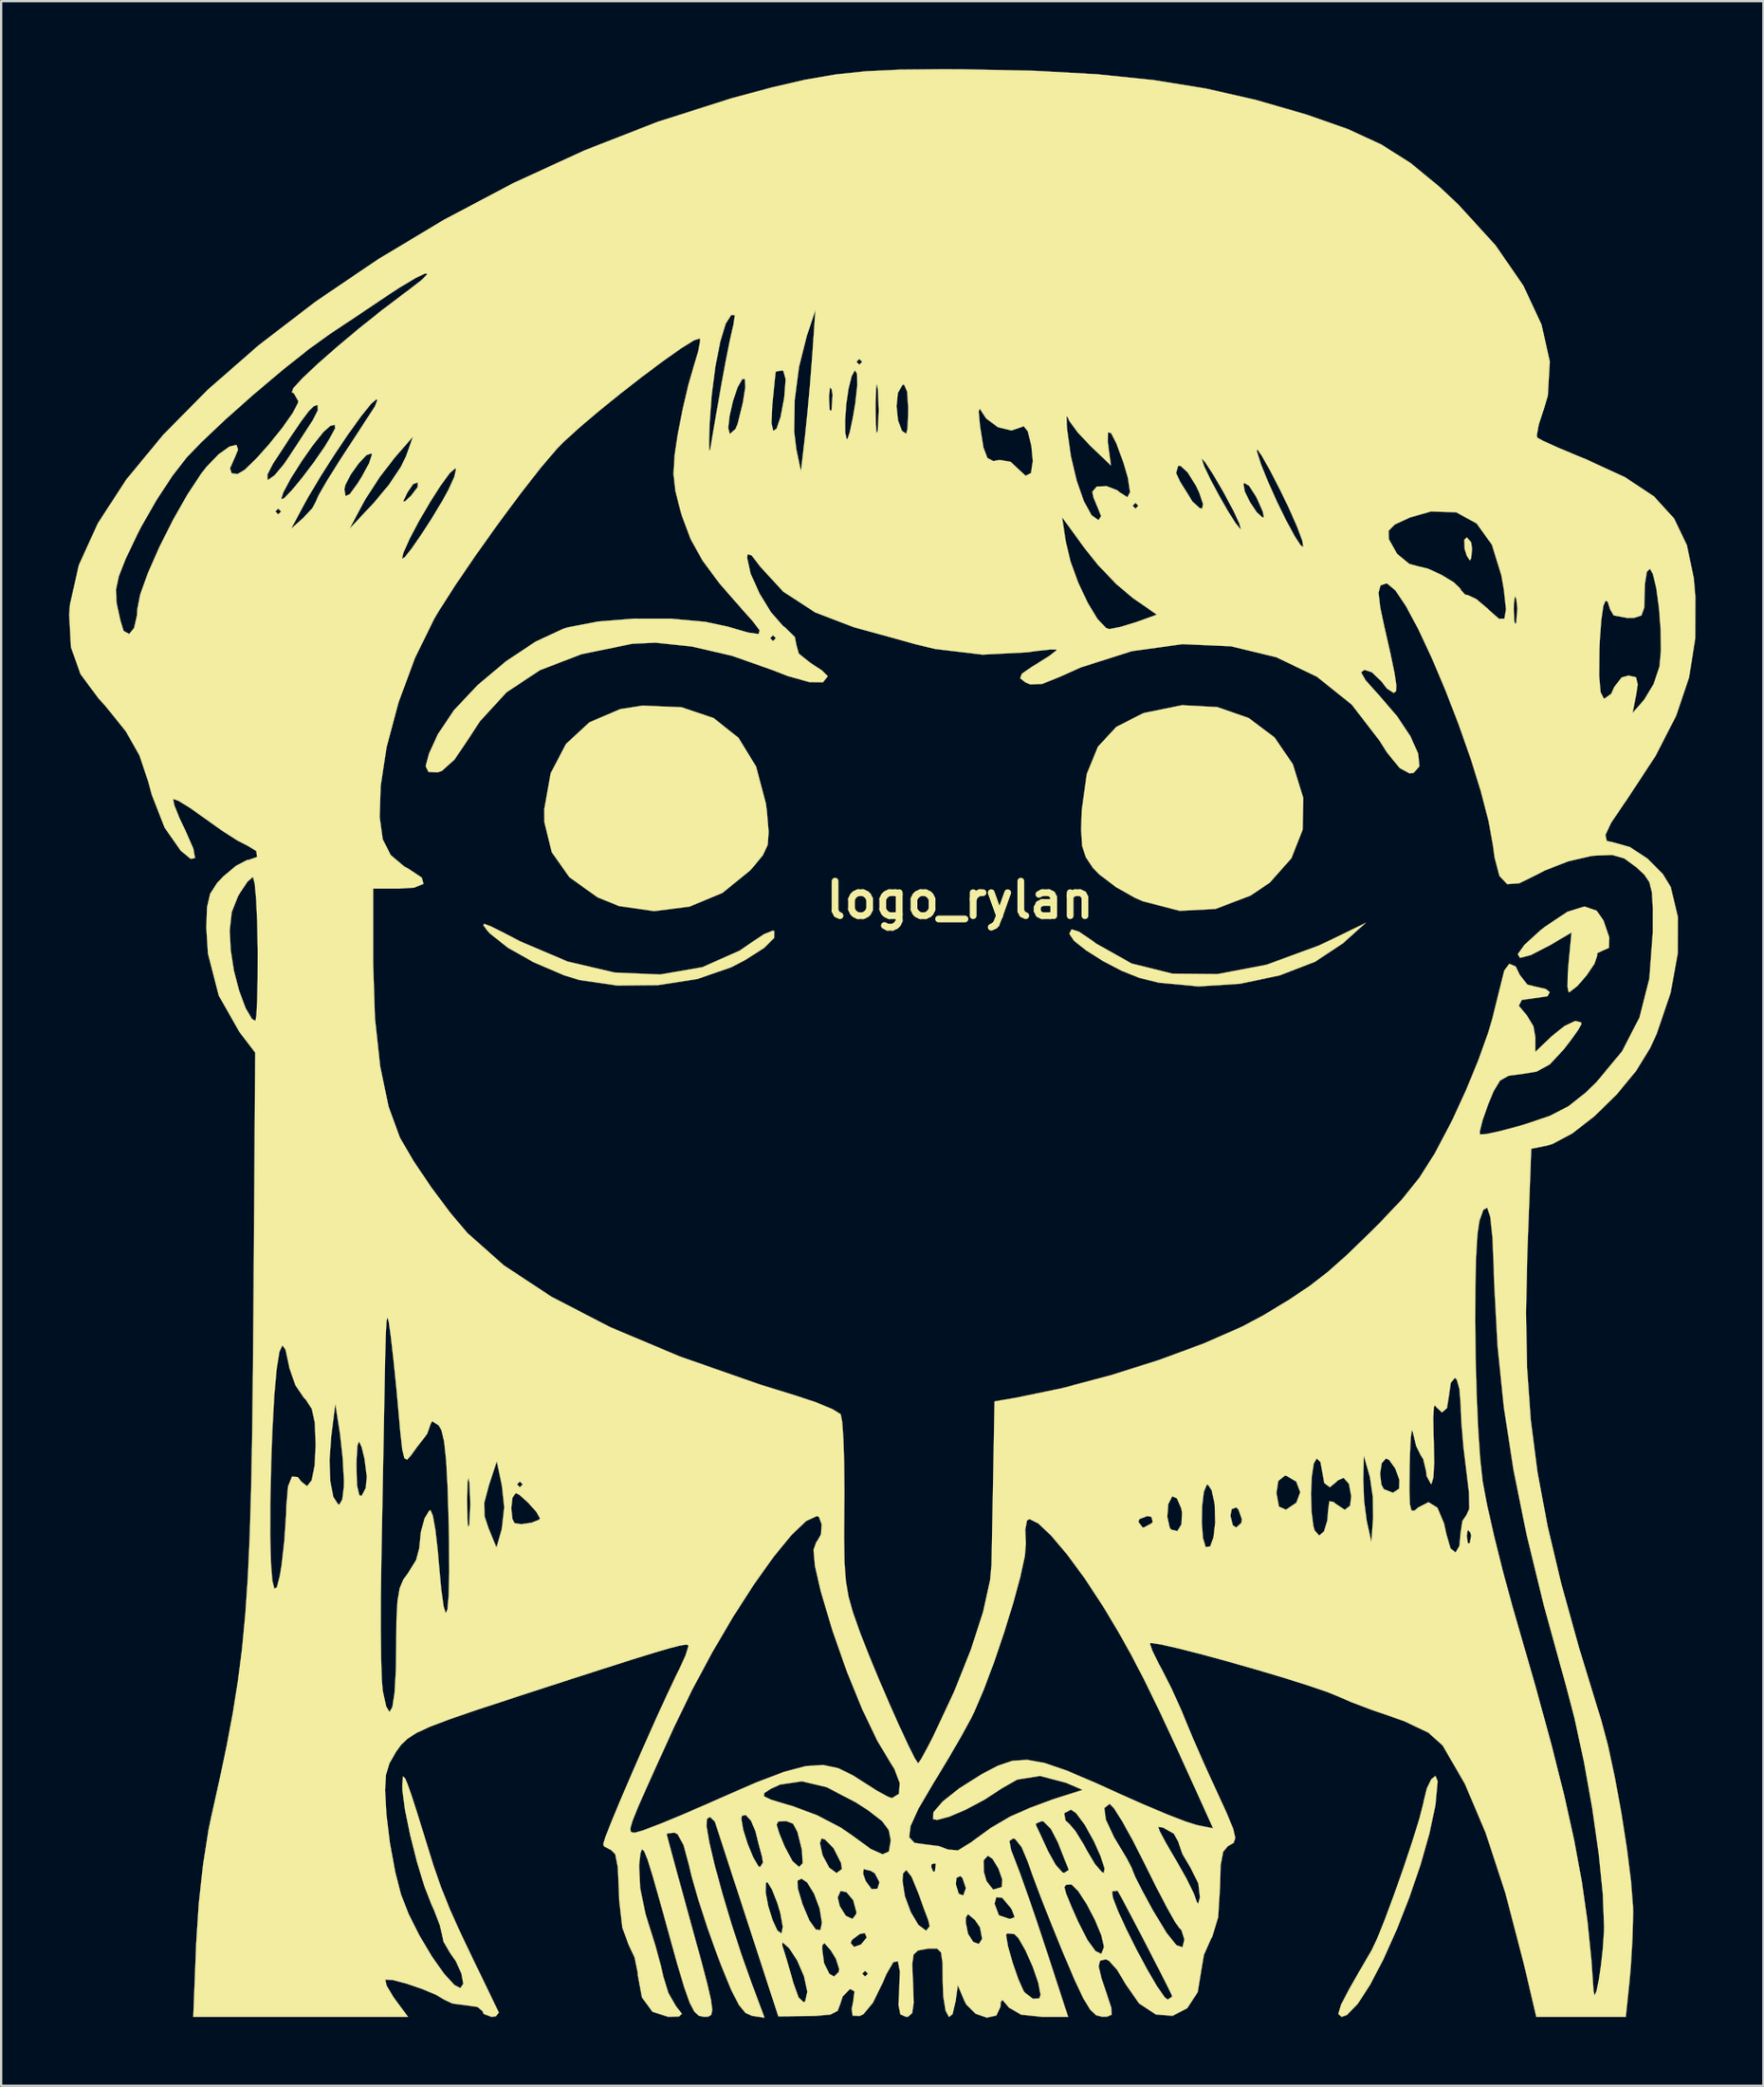
<source format=kicad_pcb>
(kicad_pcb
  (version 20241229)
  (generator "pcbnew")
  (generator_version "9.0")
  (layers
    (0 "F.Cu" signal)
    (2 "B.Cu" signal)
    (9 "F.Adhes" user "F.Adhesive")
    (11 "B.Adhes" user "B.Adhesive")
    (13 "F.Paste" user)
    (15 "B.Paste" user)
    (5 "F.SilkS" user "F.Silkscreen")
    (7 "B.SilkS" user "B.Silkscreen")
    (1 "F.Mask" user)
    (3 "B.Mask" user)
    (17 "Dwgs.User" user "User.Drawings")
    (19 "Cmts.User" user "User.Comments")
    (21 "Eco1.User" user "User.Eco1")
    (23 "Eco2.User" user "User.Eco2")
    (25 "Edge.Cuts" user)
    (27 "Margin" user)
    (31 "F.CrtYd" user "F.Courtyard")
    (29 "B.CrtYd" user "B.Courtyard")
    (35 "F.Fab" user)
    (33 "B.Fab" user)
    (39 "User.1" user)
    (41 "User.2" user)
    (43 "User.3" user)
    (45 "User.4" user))
  (footprint "logo_rylan"
    (layer "F.Cu")
    (at 39.332 36.664)
    (property "Reference" "logo_rylan" (at 0 0 0) (layer "F.SilkS") (effects (font (size 1.524 1.524) (thickness 0.3))))
    (attr through_hole)
    (fp_poly (pts (xy 22.563 -15.789) (xy 22.606 -15.494) (xy 22.565 -15.081) (xy 22.509 -14.986) (xy 22.375 -15.195) (xy 22.278 -15.494) (xy 22.264 -15.899) (xy 22.376 -16.002) (xy 22.563 -15.789)) (stroke (width 0.01) (type solid)) (fill yes) (layer "F.SilkS"))
    (fp_poly (pts (xy 16.907 1.905) (xy 15.679 2.719) (xy 14.115 3.323) (xy 12.353 3.694) (xy 10.529 3.81) (xy 8.78 3.645) (xy 7.918 3.433) (xy 7.147 3.126) (xy 6.321 2.695) (xy 5.573 2.224) (xy 5.031 1.793) (xy 4.826 1.489) (xy 4.923 1.291) (xy 5.254 1.394) (xy 5.882 1.822) (xy 6.004 1.915) (xy 7.572 2.797) (xy 9.372 3.247) (xy 11.372 3.265) (xy 13.537 2.852) (xy 15.835 2.008) (xy 16.383 1.751) (xy 17.907 1.007) (xy 16.907 1.905)) (stroke (width 0.01) (type solid)) (fill yes) (layer "F.SilkS"))
    (fp_poly (pts (xy -12.289 -8.507) (xy -10.874 -8.029) (xy -9.776 -7.155) (xy -9.004 -5.894) (xy -8.568 -4.255) (xy -8.522 -3.887) (xy -8.448 -3.007) (xy -8.488 -2.438) (xy -8.701 -1.982) (xy -9.142 -1.447) (xy -9.271 -1.303) (xy -10.486 -0.318) (xy -11.937 0.286) (xy -13.5 0.487) (xy -15.053 0.264) (xy -16.002 -0.121) (xy -17.24 -1.005) (xy -18.019 -2.105) (xy -18.347 -3.432) (xy -18.353 -4.007) (xy -18.069 -5.599) (xy -17.393 -6.89) (xy -16.36 -7.844) (xy -15.005 -8.424) (xy -14.01 -8.581) (xy -12.289 -8.507)) (stroke (width 0.01) (type solid)) (fill yes) (layer "F.SilkS"))
    (fp_poly (pts (xy 28.107 0.469) (xy 28.407 0.901) (xy 28.662 1.643) (xy 28.649 2.109) (xy 28.384 2.223) (xy 28.132 2.343) (xy 28.127 2.467) (xy 28.008 2.811) (xy 27.67 3.313) (xy 27.258 3.789) (xy 26.92 4.053) (xy 26.869 4.064) (xy 26.821 3.836) (xy 26.832 3.252) (xy 26.871 2.747) (xy 26.998 1.43) (xy 26.057 1.985) (xy 25.202 2.427) (xy 24.722 2.55) (xy 24.627 2.386) (xy 24.925 1.969) (xy 25.628 1.332) (xy 25.823 1.177) (xy 26.813 0.517) (xy 27.563 0.282) (xy 28.107 0.469)) (stroke (width 0.01) (type solid)) (fill yes) (layer "F.SilkS"))
    (fp_poly (pts (xy 11.362 -8.515) (xy 12.748 -8.031) (xy 13.887 -7.174) (xy 14.694 -5.993) (xy 15.155 -4.506) (xy 15.128 -3.105) (xy 14.628 -1.842) (xy 13.671 -0.766) (xy 12.82 -0.196) (xy 11.276 0.391) (xy 9.696 0.473) (xy 8.068 0.051) (xy 7.727 -0.098) (xy 6.878 -0.578) (xy 6.142 -1.138) (xy 5.862 -1.429) (xy 5.554 -1.891) (xy 5.393 -2.392) (xy 5.348 -3.096) (xy 5.376 -3.96) (xy 5.595 -5.56) (xy 6.091 -6.769) (xy 6.901 -7.641) (xy 8.06 -8.232) (xy 8.142 -8.26) (xy 9.802 -8.599) (xy 11.362 -8.515)) (stroke (width 0.01) (type solid)) (fill yes) (layer "F.SilkS"))
    (fp_poly (pts (xy -20.716 1.156) (xy -20.085 1.472) (xy -19.431 1.815) (xy -17.33 2.71) (xy -15.243 3.2) (xy -13.237 3.284) (xy -11.378 2.962) (xy -9.732 2.233) (xy -9.208 1.874) (xy -8.651 1.504) (xy -8.27 1.35) (xy -8.202 1.365) (xy -8.206 1.671) (xy -8.643 2.107) (xy -9.467 2.635) (xy -10.109 2.969) (xy -11.592 3.482) (xy -13.331 3.753) (xy -15.131 3.771) (xy -16.796 3.528) (xy -17.469 3.324) (xy -18.826 2.742) (xy -19.962 2.101) (xy -20.753 1.475) (xy -20.863 1.353) (xy -21.039 1.118) (xy -21.012 1.046) (xy -20.716 1.156)) (stroke (width 0.01) (type solid)) (fill yes) (layer "F.SilkS"))
    (fp_poly (pts (xy 21.081 38.863) (xy 21.082 38.922) (xy 20.987 39.938) (xy 20.725 41.181) (xy 20.33 42.566) (xy 19.836 44.01) (xy 19.278 45.429) (xy 18.689 46.741) (xy 18.104 47.861) (xy 17.557 48.705) (xy 17.082 49.191) (xy 16.847 49.276) (xy 16.702 49.148) (xy 16.829 48.725) (xy 17.172 48.069) (xy 17.62 47.285) (xy 18.01 46.612) (xy 18.163 46.355) (xy 18.411 45.833) (xy 18.763 44.957) (xy 19.171 43.858) (xy 19.59 42.668) (xy 19.974 41.519) (xy 20.276 40.541) (xy 20.451 39.866) (xy 20.469 39.763) (xy 20.61 39.196) (xy 20.808 38.789) (xy 20.989 38.644) (xy 21.081 38.863)) (stroke (width 0.01) (type solid)) (fill yes) (layer "F.SilkS"))
    (fp_poly (pts (xy 0.127 -36.655) (xy 3.297 -36.589) (xy 6.07 -36.436) (xy 8.548 -36.181) (xy 10.837 -35.811) (xy 13.04 -35.311) (xy 15.262 -34.669) (xy 15.347 -34.642) (xy 17.144 -34.01) (xy 18.603 -33.335) (xy 19.892 -32.519) (xy 21.178 -31.462) (xy 22.011 -30.677) (xy 23.643 -28.889) (xy 24.868 -27.115) (xy 25.672 -25.393) (xy 26.038 -23.76) (xy 25.951 -22.254) (xy 25.774 -21.663) (xy 25.55 -20.977) (xy 25.465 -20.505) (xy 25.488 -20.402) (xy 25.773 -20.248) (xy 26.413 -19.961) (xy 27.287 -19.593) (xy 27.637 -19.451) (xy 29.358 -18.658) (xy 30.634 -17.813) (xy 31.524 -16.838) (xy 32.091 -15.658) (xy 32.395 -14.194) (xy 32.464 -13.383) (xy 32.457 -11.536) (xy 32.186 -9.82) (xy 31.615 -8.131) (xy 30.707 -6.362) (xy 29.426 -4.41) (xy 29.315 -4.254) (xy 28.744 -3.407) (xy 28.494 -2.878) (xy 28.55 -2.61) (xy 28.863 -2.54) (xy 29.571 -2.34) (xy 30.35 -1.832) (xy 31.028 -1.149) (xy 31.376 -0.579) (xy 31.693 0.751) (xy 31.687 2.348) (xy 31.37 4.1) (xy 30.758 5.895) (xy 30.47 6.526) (xy 29.842 7.544) (xy 28.984 8.582) (xy 28.009 9.536) (xy 27.028 10.298) (xy 26.154 10.763) (xy 25.906 10.834) (xy 25.22 10.971) (xy 25.045 15.582) (xy 24.988 18.206) (xy 25.033 20.628) (xy 25.198 22.943) (xy 25.496 25.248) (xy 25.943 27.635) (xy 26.554 30.202) (xy 27.344 33.043) (xy 28.31 36.195) (xy 28.603 37.287) (xy 28.906 38.694) (xy 29.194 40.264) (xy 29.441 41.845) (xy 29.622 43.283) (xy 29.712 44.427) (xy 29.718 44.692) (xy 29.688 45.818) (xy 29.612 47.077) (xy 29.555 47.715) (xy 29.392 49.276) (xy 25.442 49.276) (xy 24.896 46.948) (xy 24.076 43.807) (xy 23.205 41.152) (xy 22.287 38.99) (xy 21.323 37.327) (xy 21.3 37.294) (xy 20.679 36.738) (xy 19.614 36.23) (xy 19.11 36.053) (xy 18.141 35.718) (xy 17.277 35.39) (xy 16.731 35.154) (xy 16.212 34.942) (xy 15.371 34.655) (xy 14.304 34.319) (xy 13.104 33.962) (xy 11.868 33.609) (xy 10.689 33.288) (xy 9.662 33.025) (xy 8.882 32.847) (xy 8.444 32.781) (xy 8.382 32.799) (xy 8.497 33.131) (xy 8.785 33.716) (xy 8.913 33.949) (xy 9.335 34.778) (xy 9.779 35.761) (xy 9.934 36.14) (xy 10.291 36.999) (xy 10.769 38.091) (xy 11.27 39.19) (xy 11.309 39.273) (xy 11.786 40.311) (xy 12.061 40.984) (xy 12.152 41.383) (xy 12.078 41.601) (xy 11.859 41.729) (xy 11.83 41.741) (xy 11.617 41.991) (xy 11.504 42.59) (xy 11.477 43.547) (xy 11.396 44.874) (xy 11.133 45.746) (xy 11.078 45.839) (xy 10.768 46.538) (xy 10.668 47.121) (xy 10.493 48.185) (xy 10.031 48.896) (xy 9.382 49.23) (xy 8.642 49.168) (xy 7.91 48.687) (xy 7.324 47.85) (xy 6.938 47.202) (xy 6.576 46.8) (xy 6.432 46.736) (xy 6.183 46.797) (xy 6.121 47.046) (xy 6.25 47.588) (xy 6.466 48.228) (xy 6.68 48.877) (xy 6.696 49.18) (xy 6.489 49.267) (xy 6.275 49.271) (xy 6.009 49.203) (xy 5.746 48.955) (xy 5.442 48.455) (xy 5.052 47.628) (xy 4.531 46.401) (xy 4.511 46.353) (xy 4.01 45.122) (xy 3.553 43.962) (xy 3.396 43.546) (xy 4.609 43.546) (xy 4.683 43.839) (xy 4.927 44.426) (xy 5.204 45.053) (xy 5.622 45.878) (xy 5.984 46.375) (xy 6.242 46.499) (xy 6.351 46.204) (xy 6.352 46.164) (xy 6.241 45.676) (xy 5.96 45.003) (xy 5.592 44.301) (xy 5.233 43.746) (xy 6.715 43.746) (xy 6.752 44.028) (xy 6.986 44.631) (xy 7.359 45.44) (xy 7.809 46.337) (xy 8.277 47.208) (xy 8.704 47.936) (xy 9.03 48.403) (xy 9.168 48.514) (xy 9.367 48.384) (xy 9.353 48.324) (xy 9.15 47.907) (xy 8.797 47.212) (xy 8.358 46.358) (xy 7.894 45.463) (xy 7.465 44.647) (xy 7.135 44.026) (xy 6.964 43.721) (xy 6.955 43.709) (xy 6.726 43.736) (xy 6.715 43.746) (xy 5.233 43.746) (xy 5.222 43.729) (xy 4.933 43.443) (xy 4.893 43.434) (xy 4.686 43.445) (xy 4.609 43.546) (xy 3.396 43.546) (xy 3.193 43.008) (xy 2.988 42.421) (xy 2.722 41.791) (xy 2.436 41.433) (xy 2.348 41.402) (xy 2.182 41.515) (xy 2.255 41.916) (xy 2.425 42.355) (xy 2.662 42.973) (xy 3.006 43.94) (xy 3.41 45.119) (xy 3.799 46.291) (xy 4.773 49.276) (xy 3.621 49.276) (xy 2.696 49.178) (xy 2.163 48.87) (xy 2.132 48.831) (xy 1.872 48.526) (xy 1.794 48.633) (xy 1.786 48.831) (xy 1.604 49.216) (xy 1.185 49.309) (xy 0.689 49.138) (xy 0.276 48.727) (xy 0.199 48.578) (xy -0.098 47.879) (xy -0.193 48.578) (xy -0.328 49.156) (xy -0.487 49.281) (xy -0.635 49.004) (xy -0.737 48.377) (xy -0.762 47.735) (xy -0.772 46.887) (xy -0.837 46.434) (xy -1.011 46.263) (xy -1.349 46.262) (xy -1.46 46.275) (xy -1.852 46.346) (xy -2.05 46.529) (xy -2.108 46.953) (xy -2.075 47.746) (xy -2.071 47.816) (xy -2.044 48.659) (xy -2.11 49.107) (xy -2.292 49.268) (xy -2.381 49.276) (xy -2.632 49.165) (xy -2.715 48.754) (xy -2.689 48.205) (xy -2.653 47.272) (xy -2.741 46.822) (xy -2.942 46.859) (xy -3.25 47.389) (xy -3.42 47.785) (xy -3.847 48.655) (xy -4.261 49.155) (xy -4.431 49.237) (xy -4.744 49.222) (xy -4.781 48.914) (xy -4.722 48.641) (xy -4.659 48.153) (xy -4.836 48.052) (xy -4.878 48.065) (xy -5.18 48.377) (xy -5.285 48.698) (xy -5.401 49.011) (xy -5.718 49.173) (xy -6.366 49.233) (xy -6.691 49.24) (xy -8.02 49.256) (xy -9.039 46.131) (xy -7.845 46.131) (xy -7.797 46.276) (xy -7.639 46.785) (xy -7.426 47.531) (xy -7.362 47.768) (xy -7.127 48.419) (xy -6.903 48.63) (xy -6.836 48.594) (xy -6.739 48.167) (xy -6.888 47.482) (xy -7.192 46.78) (xy -7.526 46.271) (xy -6.088 46.271) (xy -6.001 46.908) (xy -5.77 47.376) (xy -5.561 47.498) (xy -5.43 47.371) (xy -4.318 47.371) (xy -4.191 47.498) (xy -4.064 47.371) (xy -4.191 47.244) (xy -4.318 47.371) (xy -5.43 47.371) (xy -5.352 47.296) (xy -5.334 47.166) (xy -5.477 46.714) (xy -5.707 46.34) (xy -5.984 46.023) (xy -6.079 46.115) (xy -6.088 46.271) (xy -7.526 46.271) (xy -7.537 46.254) (xy -7.562 46.228) (xy -7.796 46.022) (xy -4.826 46.022) (xy -4.677 46.189) (xy -4.373 46.085) (xy -4.13 45.789) (xy -4.122 45.767) (xy -4.202 45.576) (xy -4.424 45.62) (xy -4.773 45.88) (xy -4.826 46.022) (xy -7.796 46.022) (xy -7.839 45.985) (xy -7.845 46.131) (xy -9.039 46.131) (xy -9.362 45.138) (xy -9.804 43.783) (xy -8.58 43.783) (xy -8.464 44.391) (xy -8.273 45.01) (xy -8.061 45.468) (xy -7.879 45.596) (xy -7.824 45.298) (xy -7.933 44.69) (xy -8.062 44.26) (xy -8.308 43.639) (xy -8.499 43.335) (xy -8.568 43.356) (xy -8.58 43.783) (xy -9.804 43.783) (xy -9.813 43.756) (xy -9.973 43.267) (xy -7.175 43.267) (xy -7.164 43.598) (xy -6.959 44.284) (xy -6.946 44.323) (xy -6.649 45.025) (xy -6.368 45.419) (xy -6.164 45.449) (xy -6.096 45.123) (xy -6.197 44.496) (xy -6.38 44.008) (xy -5.4 44.008) (xy -5.311 44.386) (xy -5.04 44.82) (xy -4.749 44.955) (xy -4.582 44.74) (xy -4.576 44.641) (xy -4.714 44.129) (xy -5.016 43.77) (xy -5.274 43.721) (xy -5.4 44.008) (xy -6.38 44.008) (xy -6.443 43.841) (xy -6.75 43.343) (xy -6.994 43.18) (xy -7.175 43.267) (xy -9.973 43.267) (xy -10.072 42.962) (xy -4.278 42.962) (xy -4.164 43.286) (xy -3.902 43.639) (xy -3.643 43.621) (xy -3.556 43.334) (xy -3.59 43.269) (xy -2.54 43.269) (xy -2.435 43.948) (xy -2.173 44.654) (xy -1.837 45.218) (xy -1.509 45.465) (xy -1.49 45.466) (xy -1.337 45.28) (xy -1.376 45.107) (xy 0.254 45.107) (xy 0.355 45.614) (xy 0.584 45.968) (xy 0.831 46.061) (xy 0.977 45.832) (xy 0.946 45.664) (xy 2.033 45.664) (xy 2.119 46.163) (xy 2.322 46.885) (xy 2.574 47.611) (xy 2.802 48.122) (xy 2.852 48.197) (xy 3.216 48.477) (xy 3.501 48.459) (xy 3.556 48.305) (xy 3.456 47.773) (xy 3.209 47.06) (xy 2.891 46.344) (xy 2.58 45.804) (xy 2.396 45.622) (xy 2.079 45.594) (xy 2.033 45.664) (xy 0.946 45.664) (xy 0.882 45.324) (xy 0.659 45.001) (xy 0.353 44.741) (xy 0.259 44.895) (xy 0.254 45.107) (xy -1.376 45.107) (xy -1.396 45.022) (xy -1.609 44.459) (xy -1.673 44.281) (xy 1.524 44.281) (xy 1.718 44.797) (xy 2.203 44.958) (xy 2.413 44.879) (xy 2.293 44.558) (xy 2.227 44.45) (xy 1.862 44.022) (xy 1.601 43.994) (xy 1.524 44.281) (xy -1.673 44.281) (xy -1.839 43.815) (xy -1.998 43.429) (xy -0.185 43.429) (xy -0.056 43.844) (xy 0.141 43.924) (xy 0.253 43.618) (xy 0.254 43.576) (xy 0.109 43.15) (xy 0.015 43.062) (xy -0.158 43.146) (xy -0.185 43.429) (xy -1.998 43.429) (xy -2.136 43.095) (xy -2.372 42.796) (xy -2.513 42.944) (xy -2.54 43.269) (xy -3.59 43.269) (xy -3.761 42.942) (xy -3.937 42.834) (xy -4.256 42.755) (xy -4.278 42.962) (xy -10.072 42.962) (xy -10.214 42.528) (xy -10.535 41.542) (xy -10.749 40.885) (xy -10.822 40.661) (xy -10.939 40.547) (xy -9.652 40.547) (xy -9.569 41.026) (xy -9.369 41.656) (xy -9.123 42.251) (xy -8.904 42.625) (xy -8.833 42.672) (xy -8.7 42.475) (xy -8.734 42.227) (xy -8.893 41.642) (xy -9.032 41.084) (xy -9.152 40.796) (xy -8.097 40.796) (xy -7.98 41.178) (xy -7.744 41.752) (xy -7.394 42.409) (xy -7.105 42.661) (xy -6.945 42.5) (xy -6.98 41.918) (xy -6.995 41.846) (xy -7.054 41.608) (xy -6.185 41.608) (xy -6.077 42.109) (xy -6.058 42.164) (xy -5.775 42.693) (xy -5.456 42.926) (xy -5.444 42.926) (xy -5.212 42.752) (xy -5.224 42.672) (xy -1.27 42.672) (xy -1.177 42.881) (xy -1.101 42.841) (xy -1.07 42.54) (xy -1.101 42.503) (xy -1.252 42.538) (xy -1.27 42.672) (xy -5.224 42.672) (xy -5.254 42.481) (xy -5.31 42.371) (xy 1.042 42.371) (xy 1.053 42.879) (xy 1.17 43.286) (xy 1.462 43.662) (xy 1.827 43.554) (xy 1.846 43.536) (xy 1.867 43.217) (xy 1.693 42.725) (xy 1.43 42.299) (xy 1.229 42.164) (xy 1.042 42.371) (xy -5.31 42.371) (xy -5.581 41.835) (xy -5.961 41.449) (xy -6.114 41.402) (xy -6.185 41.608) (xy -7.054 41.608) (xy -7.178 41.113) (xy -7.37 40.755) (xy -7.651 40.644) (xy -7.762 40.64) (xy -8.024 40.658) (xy -8.097 40.796) (xy -9.152 40.796) (xy -9.221 40.628) (xy -9.459 40.367) (xy -9.629 40.405) (xy -9.652 40.547) (xy -10.939 40.547) (xy -11.033 40.456) (xy -11.169 40.534) (xy -11.19 40.859) (xy -11.068 41.574) (xy -10.829 42.588) (xy -10.496 43.81) (xy -10.095 45.15) (xy -9.651 46.518) (xy -9.187 47.823) (xy -9.183 47.834) (xy -8.63 49.312) (xy -9.181 49.231) (xy -9.471 49.101) (xy -9.761 48.749) (xy -10.095 48.097) (xy -10.52 47.066) (xy -10.695 46.609) (xy -11.141 45.369) (xy -11.546 44.124) (xy -11.852 43.059) (xy -11.958 42.608) (xy -12.202 41.703) (xy -12.467 41.216) (xy -12.606 41.148) (xy -12.921 41.185) (xy -12.951 41.212) (xy -12.886 41.465) (xy -12.708 42.125) (xy -12.439 43.109) (xy -12.103 44.334) (xy -11.844 45.276) (xy -11.437 46.756) (xy -11.157 47.818) (xy -10.993 48.529) (xy -10.937 48.961) (xy -10.979 49.183) (xy -11.109 49.265) (xy -11.292 49.276) (xy -11.524 49.231) (xy -11.727 49.046) (xy -11.935 48.649) (xy -12.178 47.965) (xy -12.488 46.921) (xy -12.805 45.783) (xy -13.242 44.202) (xy -13.566 43.066) (xy -13.796 42.331) (xy -13.951 41.952) (xy -14.05 41.885) (xy -14.113 42.085) (xy -14.158 42.507) (xy -14.167 42.613) (xy -14.121 43.584) (xy -13.889 44.724) (xy -13.757 45.153) (xy -13.453 46.113) (xy -13.205 47.024) (xy -13.104 47.481) (xy -12.875 48.223) (xy -12.54 48.805) (xy -12.531 48.815) (xy -12.281 49.137) (xy -12.404 49.258) (xy -12.874 49.276) (xy -13.577 49.052) (xy -14.041 48.42) (xy -14.223 47.443) (xy -14.224 47.35) (xy -14.365 46.656) (xy -14.628 46.101) (xy -14.907 45.338) (xy -15.046 44.134) (xy -15.06 43.697) (xy -15.108 42.674) (xy -15.22 42.098) (xy -15.408 41.91) (xy -15.418 41.91) (xy -15.722 41.746) (xy -15.748 41.641) (xy -15.649 41.326) (xy -15.499 40.944) (xy -14.551 40.944) (xy -14.544 41.096) (xy -14.46 41.144) (xy -14.346 41.148) (xy -13.993 41.048) (xy -13.271 40.774) (xy -12.272 40.362) (xy -11.09 39.85) (xy -10.582 39.624) (xy -10.397 39.543) (xy -8.655 39.543) (xy -8.328 39.699) (xy -7.591 39.921) (xy -7.396 39.976) (xy -6.312 40.379) (xy -5.256 40.931) (xy -4.766 41.267) (xy -3.943 41.867) (xy -3.417 42.103) (xy -3.139 41.981) (xy -3.059 41.507) (xy -3.059 41.465) (xy -3.082 41.352) (xy -2.243 41.352) (xy -2.009 41.6) (xy -1.587 41.66) (xy -0.928 41.744) (xy -0.523 41.895) (xy -0.09 41.931) (xy 0.522 41.556) (xy 0.591 41.498) (xy 1.353 40.945) (xy 1.693 40.745) (xy 3.351 40.745) (xy 3.358 40.831) (xy 3.518 41.166) (xy 3.796 41.767) (xy 3.89 41.974) (xy 4.222 42.569) (xy 4.523 42.901) (xy 4.597 42.926) (xy 4.796 42.796) (xy 4.782 42.736) (xy 4.643 42.394) (xy 4.402 41.782) (xy 4.329 41.593) (xy 4.018 40.991) (xy 3.693 40.661) (xy 3.611 40.64) (xy 3.351 40.745) (xy 1.693 40.745) (xy 2.197 40.449) (xy 2.256 40.419) (xy 2.555 40.289) (xy 4.602 40.289) (xy 4.656 40.612) (xy 4.83 40.769) (xy 5.096 41.08) (xy 5.459 41.669) (xy 5.597 41.927) (xy 5.957 42.533) (xy 6.266 42.888) (xy 6.352 42.926) (xy 6.38 42.722) (xy 6.208 42.189) (xy 5.913 41.529) (xy 5.502 40.792) (xy 5.125 40.286) (xy 4.9 40.132) (xy 4.602 40.289) (xy 2.555 40.289) (xy 3.071 40.064) (xy 6.37 40.064) (xy 6.439 40.577) (xy 6.802 41.352) (xy 6.985 41.656) (xy 7.361 42.283) (xy 7.589 42.72) (xy 7.62 42.816) (xy 7.736 43.098) (xy 8.04 43.698) (xy 8.472 44.493) (xy 8.531 44.599) (xy 9.124 45.578) (xy 9.558 46.116) (xy 9.822 46.203) (xy 9.906 45.862) (xy 9.774 45.445) (xy 9.688 45.361) (xy 9.497 45.092) (xy 9.14 44.459) (xy 8.669 43.56) (xy 8.167 42.552) (xy 7.636 41.504) (xy 7.298 40.894) (xy 8.75 40.894) (xy 8.82 41.092) (xy 9.097 41.61) (xy 9.522 42.338) (xy 9.532 42.355) (xy 9.988 43.157) (xy 10.319 43.825) (xy 10.448 44.196) (xy 10.51 44.29) (xy 10.593 44.006) (xy 10.522 43.391) (xy 10.183 42.704) (xy 10.178 42.697) (xy 9.822 42.097) (xy 9.654 41.616) (xy 9.652 41.58) (xy 9.44 41.192) (xy 8.968 40.926) (xy 8.75 40.894) (xy 7.298 40.894) (xy 7.163 40.649) (xy 6.801 40.077) (xy 6.607 39.878) (xy 6.37 40.064) (xy 3.071 40.064) (xy 3.113 40.046) (xy 4.082 39.685) (xy 4.295 39.615) (xy 5.415 39.262) (xy 4.676 38.946) (xy 3.536 38.646) (xy 2.524 38.807) (xy 1.835 39.201) (xy 1.085 39.691) (xy 0.272 40.125) (xy -0.47 40.443) (xy -1.007 40.586) (xy -1.186 40.554) (xy -1.172 40.249) (xy -0.768 39.777) (xy -0.039 39.199) (xy 0.949 38.574) (xy 0.956 38.57) (xy 1.67 38.196) (xy 2.307 37.979) (xy 2.962 37.934) (xy 3.729 38.072) (xy 4.703 38.406) (xy 5.98 38.949) (xy 6.907 39.37) (xy 8.073 39.89) (xy 9.135 40.337) (xy 9.972 40.662) (xy 10.456 40.814) (xy 11.173 40.957) (xy 10.383 39.211) (xy 9.494 37.26) (xy 8.757 35.684) (xy 8.126 34.393) (xy 7.555 33.296) (xy 6.997 32.3) (xy 6.407 31.314) (xy 6.284 31.115) (xy 5.487 29.902) (xy 4.714 28.856) (xy 4.019 28.036) (xy 3.453 27.502) (xy 3.311 27.432) (xy 7.874 27.432) (xy 8.056 27.679) (xy 8.113 27.686) (xy 8.457 27.501) (xy 8.509 27.432) (xy 8.451 27.215) (xy 8.433 27.211) (xy 9.152 27.211) (xy 9.258 27.69) (xy 9.318 27.775) (xy 9.593 27.843) (xy 9.777 27.545) (xy 9.779 27.49) (xy 10.675 27.49) (xy 10.726 28.152) (xy 10.844 28.539) (xy 10.853 28.548) (xy 11.044 28.522) (xy 11.19 28.118) (xy 11.265 27.467) (xy 11.257 27.163) (xy 11.938 27.163) (xy 12.042 27.584) (xy 12.192 27.686) (xy 12.42 27.481) (xy 12.446 27.32) (xy 12.291 26.888) (xy 12.192 26.797) (xy 11.992 26.875) (xy 11.938 27.163) (xy 11.257 27.163) (xy 11.244 26.701) (xy 11.234 26.609) (xy 11.137 26.162) (xy 13.97 26.162) (xy 14.08 26.761) (xy 14.39 26.899) (xy 14.849 26.589) (xy 14.998 26.192) (xy 15.496 26.192) (xy 15.518 26.972) (xy 15.6 27.615) (xy 15.656 27.814) (xy 15.859 28.039) (xy 16.068 27.859) (xy 16.218 27.369) (xy 16.252 26.937) (xy 16.305 26.525) (xy 16.494 26.557) (xy 16.561 26.619) (xy 16.987 26.905) (xy 17.223 26.72) (xy 17.272 26.304) (xy 17.171 25.756) (xy 16.995 25.559) (xy 17.803 25.559) (xy 17.837 26.484) (xy 17.951 27.368) (xy 17.971 27.464) (xy 18.161 28.321) (xy 18.238 27.265) (xy 18.227 26.347) (xy 18.099 25.469) (xy 18.07 25.36) (xy 18.057 25.313) (xy 18.544 25.313) (xy 18.603 25.794) (xy 18.711 25.993) (xy 19.114 26.152) (xy 19.294 26.033) (xy 19.839 26.033) (xy 19.861 26.662) (xy 19.932 26.938) (xy 20.067 26.939) (xy 20.22 26.806) (xy 20.683 26.566) (xy 21.075 26.809) (xy 21.372 27.513) (xy 21.466 27.956) (xy 21.657 28.61) (xy 21.877 28.789) (xy 22.049 28.494) (xy 22.089 28.046) (xy 22.372 28.046) (xy 22.419 28.375) (xy 22.505 28.379) (xy 22.566 28.039) (xy 22.526 27.892) (xy 22.413 27.796) (xy 22.372 28.046) (xy 22.089 28.046) (xy 22.098 27.946) (xy 22.179 27.395) (xy 22.36 27.133) (xy 22.484 26.857) (xy 22.47 26.14) (xy 22.365 25.27) (xy 22.229 24.153) (xy 22.134 23.036) (xy 22.103 22.288) (xy 22.052 21.585) (xy 21.928 21.15) (xy 21.844 21.082) (xy 21.666 21.303) (xy 21.59 21.835) (xy 21.59 21.844) (xy 21.498 22.415) (xy 21.278 22.606) (xy 21.011 22.358) (xy 20.977 22.288) (xy 20.918 22.367) (xy 20.893 22.855) (xy 20.906 23.656) (xy 20.917 23.931) (xy 20.933 24.833) (xy 20.896 25.479) (xy 20.816 25.758) (xy 20.789 25.757) (xy 20.602 25.418) (xy 20.574 25.182) (xy 20.449 24.663) (xy 20.34 24.498) (xy 20.137 24.088) (xy 19.997 23.495) (xy 19.946 23.386) (xy 19.9 23.718) (xy 19.864 24.422) (xy 19.85 24.974) (xy 19.839 26.033) (xy 19.294 26.033) (xy 19.386 25.971) (xy 19.398 25.584) (xy 19.216 25.08) (xy 18.946 24.703) (xy 18.804 24.638) (xy 18.617 24.847) (xy 18.544 25.313) (xy 18.057 25.313) (xy 17.826 24.511) (xy 17.803 25.559) (xy 16.995 25.559) (xy 16.934 25.491) (xy 16.664 25.613) (xy 16.64 25.65) (xy 16.328 25.907) (xy 16.081 25.72) (xy 16.002 25.273) (xy 15.915 24.796) (xy 15.748 24.638) (xy 15.616 24.864) (xy 15.53 25.436) (xy 15.496 26.192) (xy 14.998 26.192) (xy 15.022 26.127) (xy 14.844 25.656) (xy 14.414 25.405) (xy 14.338 25.4) (xy 14.049 25.629) (xy 13.97 26.162) (xy 11.137 26.162) (xy 11.11 26.037) (xy 10.942 25.789) (xy 10.894 25.798) (xy 10.762 26.117) (xy 10.688 26.746) (xy 10.675 27.49) (xy 9.779 27.49) (xy 9.802 27.024) (xy 9.766 26.835) (xy 9.574 26.395) (xy 9.371 26.306) (xy 9.193 26.654) (xy 9.152 27.211) (xy 8.433 27.211) (xy 8.27 27.178) (xy 7.922 27.311) (xy 7.874 27.432) (xy 3.311 27.432) (xy 3.07 27.312) (xy 2.957 27.374) (xy 2.881 27.778) (xy 2.907 28.389) (xy 2.862 28.945) (xy 2.663 29.86) (xy 2.348 31.02) (xy 1.95 32.311) (xy 1.506 33.62) (xy 1.051 34.833) (xy 0.62 35.838) (xy 0.498 36.088) (xy 0.093 36.831) (xy -0.472 37.808) (xy -1.085 38.823) (xy -1.167 38.955) (xy -1.83 40.082) (xy -2.186 40.864) (xy -2.243 41.352) (xy -3.082 41.352) (xy -3.144 41.035) (xy -3.445 40.634) (xy -4.053 40.165) (xy -4.596 39.815) (xy -5.886 39.142) (xy -6.977 38.883) (xy -7.944 39.027) (xy -8.344 39.211) (xy -8.638 39.399) (xy -8.655 39.543) (xy -10.397 39.543) (xy -8.992 38.932) (xy -7.765 38.465) (xy -6.811 38.212) (xy -6.044 38.162) (xy -5.374 38.304) (xy -4.714 38.628) (xy -4.343 38.867) (xy -3.675 39.293) (xy -3.169 39.568) (xy -3.002 39.624) (xy -2.694 39.434) (xy -2.66 38.958) (xy -2.898 38.333) (xy -3.038 38.114) (xy -3.649 37.095) (xy -4.317 35.701) (xy -4.989 34.057) (xy -5.613 32.284) (xy -5.696 32.022) (xy -6.15 30.486) (xy -6.405 29.38) (xy -6.467 28.67) (xy -6.342 28.319) (xy -6.317 28.301) (xy -6.138 27.99) (xy -6.108 27.542) (xy -6.227 27.217) (xy -6.319 27.178) (xy -6.791 27.397) (xy -7.438 28.013) (xy -8.218 28.963) (xy -9.09 30.185) (xy -10.012 31.617) (xy -10.94 33.196) (xy -11.833 34.86) (xy -12.642 36.531) (xy -13.356 38.099) (xy -13.882 39.265) (xy -14.242 40.088) (xy -14.458 40.627) (xy -14.551 40.944) (xy -15.499 40.944) (xy -15.381 40.644) (xy -14.984 39.691) (xy -14.501 38.565) (xy -13.973 37.359) (xy -13.443 36.17) (xy -12.95 35.094) (xy -12.539 34.227) (xy -12.4 33.948) (xy -12.118 33.332) (xy -11.994 32.933) (xy -12.003 32.87) (xy -12.104 32.852) (xy -12.353 32.892) (xy -12.796 33.004) (xy -13.483 33.205) (xy -14.459 33.506) (xy -15.772 33.924) (xy -17.471 34.472) (xy -19.602 35.165) (xy -19.717 35.203) (xy -21.332 35.733) (xy -22.534 36.145) (xy -23.397 36.472) (xy -23.993 36.747) (xy -24.394 37.003) (xy -24.674 37.273) (xy -24.895 37.577) (xy -25.19 38.091) (xy -25.344 38.6) (xy -25.382 39.27) (xy -25.328 40.265) (xy -25.32 40.371) (xy -25.17 41.602) (xy -24.929 42.901) (xy -24.681 43.867) (xy -24.341 44.74) (xy -23.863 45.69) (xy -23.32 46.603) (xy -22.782 47.367) (xy -22.322 47.869) (xy -22.059 48.006) (xy -21.929 47.817) (xy -22.012 47.364) (xy -22.257 46.819) (xy -22.509 46.462) (xy -22.802 45.959) (xy -22.86 45.684) (xy -22.964 45.231) (xy -23.226 44.552) (xy -23.338 44.307) (xy -23.651 43.501) (xy -23.978 42.422) (xy -24.276 41.245) (xy -24.503 40.14) (xy -24.616 39.28) (xy -24.621 39.066) (xy -24.592 38.666) (xy -24.498 38.751) (xy -24.397 38.989) (xy -24.225 39.472) (xy -23.963 40.28) (xy -23.663 41.251) (xy -23.617 41.402) (xy -23.25 42.582) (xy -22.904 43.576) (xy -22.515 44.544) (xy -22.017 45.647) (xy -21.373 46.99) (xy -20.937 47.889) (xy -20.589 48.61) (xy -20.387 49.033) (xy -20.362 49.086) (xy -20.489 49.25) (xy -20.68 49.276) (xy -21.031 49.145) (xy -21.082 49.022) (xy -21.301 48.839) (xy -21.793 48.768) (xy -22.401 48.69) (xy -22.746 48.532) (xy -23.118 48.309) (xy -23.741 48.048) (xy -24.439 47.808) (xy -25.038 47.65) (xy -25.363 47.632) (xy -25.372 47.639) (xy -25.315 47.898) (xy -25.023 48.387) (xy -24.93 48.517) (xy -24.369 49.276) (xy -33.849 49.276) (xy -33.72 46.038) (xy -33.607 44.294) (xy -33.416 42.547) (xy -33.174 41.01) (xy -33.07 40.513) (xy -32.694 38.828) (xy -32.373 37.3) (xy -32.104 35.869) (xy -31.881 34.474) (xy -31.7 33.055) (xy -31.614 32.154) (xy -25.57 32.154) (xy -25.557 33.412) (xy -25.528 34.356) (xy -25.486 34.877) (xy -25.331 35.588) (xy -25.186 35.822) (xy -25.06 35.608) (xy -24.963 34.977) (xy -24.904 33.959) (xy -24.892 33.059) (xy -24.88 31.8) (xy -24.835 30.939) (xy -24.738 30.368) (xy -24.574 29.976) (xy -24.384 29.718) (xy -24.012 29.121) (xy -23.873 28.6) (xy -23.803 27.895) (xy -23.64 27.283) (xy -23.436 26.945) (xy -23.376 26.924) (xy -23.274 27.158) (xy -23.162 27.785) (xy -23.057 28.689) (xy -23.019 29.14) (xy -22.905 30.4) (xy -22.798 31.17) (xy -22.705 31.465) (xy -22.629 31.303) (xy -22.576 30.7) (xy -22.551 29.673) (xy -22.558 28.239) (xy -22.57 27.628) (xy -22.602 26.543) (xy -21.761 26.543) (xy -21.749 27.284) (xy -21.718 27.651) (xy -21.672 27.584) (xy -21.661 27.501) (xy -21.618 26.661) (xy -21.62 26.605) (xy -21.007 26.605) (xy -20.99 27.192) (xy -20.809 27.732) (xy -20.463 28.566) (xy -20.228 27.746) (xy -20.126 26.834) (xy -19.81 26.834) (xy -19.761 27.301) (xy -19.67 27.489) (xy -19.372 27.54) (xy -18.917 27.473) (xy -18.581 27.34) (xy -18.542 27.278) (xy -18.705 26.992) (xy -19.07 26.583) (xy -19.446 26.248) (xy -19.614 26.162) (xy -19.758 26.371) (xy -19.81 26.834) (xy -20.126 26.834) (xy -20.121 26.79) (xy -20.222 25.846) (xy -20.235 25.781) (xy -19.558 25.781) (xy -19.431 25.908) (xy -19.304 25.781) (xy -19.431 25.654) (xy -19.558 25.781) (xy -20.235 25.781) (xy -20.45 24.765) (xy -20.802 25.831) (xy -21.007 26.605) (xy -21.62 26.605) (xy -21.655 25.757) (xy -21.659 25.723) (xy -21.706 25.483) (xy -21.741 25.7) (xy -21.76 26.326) (xy -21.761 26.543) (xy -22.602 26.543) (xy -22.62 25.953) (xy -22.686 24.726) (xy -22.776 23.889) (xy -22.896 23.383) (xy -23.015 23.177) (xy -23.303 22.993) (xy -23.368 23.107) (xy -23.519 23.539) (xy -23.631 23.696) (xy -23.986 24.151) (xy -24.238 24.502) (xy -24.409 24.692) (xy -24.53 24.628) (xy -24.623 24.238) (xy -24.711 23.45) (xy -24.764 22.851) (xy -24.876 21.606) (xy -25.006 20.325) (xy -25.127 19.266) (xy -25.139 19.177) (xy -25.217 18.623) (xy -25.275 18.409) (xy -25.318 18.571) (xy -25.35 19.147) (xy -25.378 20.173) (xy -25.393 20.955) (xy -25.419 22.347) (xy -25.451 24.079) (xy -25.487 25.984) (xy -25.523 27.894) (xy -25.545 29.098) (xy -25.567 30.684) (xy -25.57 32.154) (xy -31.614 32.154) (xy -31.556 31.551) (xy -31.443 29.904) (xy -31.36 28.104) (xy -30.452 28.104) (xy -30.421 29.245) (xy -30.36 30.016) (xy -30.272 30.386) (xy -30.16 30.326) (xy -30.027 29.804) (xy -29.95 29.337) (xy -29.829 28.266) (xy -29.751 27.1) (xy -29.74 26.733) (xy -29.666 25.872) (xy -29.491 25.438) (xy -29.236 25.46) (xy -29.08 25.658) (xy -28.825 25.859) (xy -28.621 25.602) (xy -28.49 24.937) (xy -28.479 24.715) (xy -27.834 24.715) (xy -27.8 25.645) (xy -27.669 26.332) (xy -27.456 26.658) (xy -27.4 26.67) (xy -27.268 26.444) (xy -27.2 25.875) (xy -27.197 25.59) (xy -27.233 24.97) (xy -26.645 24.97) (xy -26.621 25.824) (xy -26.52 26.257) (xy -26.416 26.289) (xy -26.235 25.943) (xy -26.187 25.449) (xy -26.288 24.653) (xy -26.416 24.13) (xy -26.531 23.886) (xy -26.601 24.059) (xy -26.639 24.687) (xy -26.645 24.97) (xy -27.233 24.97) (xy -27.253 24.608) (xy -27.369 23.558) (xy -27.398 23.368) (xy -27.579 22.225) (xy -27.759 23.659) (xy -27.834 24.715) (xy -28.479 24.715) (xy -28.448 24.027) (xy -28.484 23.061) (xy -28.616 22.449) (xy -28.883 22.041) (xy -28.96 21.968) (xy -29.339 21.411) (xy -29.605 20.646) (xy -29.63 20.515) (xy -29.777 19.835) (xy -29.917 19.647) (xy -30.049 19.935) (xy -30.169 20.685) (xy -30.274 21.879) (xy -30.362 23.503) (xy -30.41 24.832) (xy -30.449 26.623) (xy -30.452 28.104) (xy -31.36 28.104) (xy -31.358 28.051) (xy -31.295 25.934) (xy -31.248 23.491) (xy -31.215 20.663) (xy -31.188 17.389) (xy -31.187 17.272) (xy -31.115 6.731) (xy -31.809 5.825) (xy -32.723 4.216) (xy -33.201 2.365) (xy -33.266 1.341) (xy -32.242 1.341) (xy -32.197 2.209) (xy -32.056 3.116) (xy -31.821 4.014) (xy -31.54 4.768) (xy -31.261 5.241) (xy -31.107 5.334) (xy -31.063 5.096) (xy -31.029 4.446) (xy -31.009 3.481) (xy -31.005 2.296) (xy -31.006 2.159) (xy -31.028 0.956) (xy -31.074 -0.038) (xy -31.117 -0.508) (xy -25.908 -0.508) (xy -25.908 2.807) (xy -25.829 5.207) (xy -25.598 7.333) (xy -25.228 9.112) (xy -24.73 10.472) (xy -24.704 10.522) (xy -24.129 11.508) (xy -23.35 12.665) (xy -22.508 13.793) (xy -21.749 14.689) (xy -20.141 16.115) (xy -18.036 17.501) (xy -15.445 18.843) (xy -12.376 20.135) (xy -8.841 21.372) (xy -7.239 21.868) (xy -6.341 22.167) (xy -5.641 22.457) (xy -5.277 22.679) (xy -5.266 22.693) (xy -5.199 23.041) (xy -5.147 23.798) (xy -5.114 24.865) (xy -5.104 26.142) (xy -5.108 26.67) (xy -5.117 28.138) (xy -5.1 29.223) (xy -5.04 30.048) (xy -4.923 30.738) (xy -4.732 31.417) (xy -4.452 32.21) (xy -4.387 32.385) (xy -4.035 33.286) (xy -3.603 34.328) (xy -3.138 35.411) (xy -2.683 36.431) (xy -2.286 37.286) (xy -1.991 37.874) (xy -1.846 38.091) (xy -1.71 37.89) (xy -1.423 37.365) (xy -1.181 36.894) (xy -0.265 34.939) (xy 0.479 33.078) (xy 1.021 31.402) (xy 1.33 30.003) (xy 1.391 29.337) (xy 1.408 28.426) (xy 1.431 27.195) (xy 1.456 25.834) (xy 1.472 24.967) (xy 1.524 22.121) (xy 2.477 21.957) (xy 4.5 21.538) (xy 6.644 20.969) (xy 8.774 20.297) (xy 10.756 19.565) (xy 12.458 18.818) (xy 12.847 18.611) (xy 22.744 18.611) (xy 22.764 20.227) (xy 22.809 21.84) (xy 22.875 23.347) (xy 22.964 24.647) (xy 23.073 25.635) (xy 23.075 25.654) (xy 23.268 26.683) (xy 23.575 28.045) (xy 23.961 29.589) (xy 24.388 31.163) (xy 24.558 31.75) (xy 25.412 34.709) (xy 26.112 37.267) (xy 26.674 39.502) (xy 27.116 41.492) (xy 27.452 43.315) (xy 27.699 45.048) (xy 27.874 46.77) (xy 27.969 48.133) (xy 28.017 48.337) (xy 28.1 48.142) (xy 28.2 47.654) (xy 28.3 46.979) (xy 28.382 46.224) (xy 28.429 45.494) (xy 28.433 45.299) (xy 28.377 43.848) (xy 28.195 42.056) (xy 27.911 40.071) (xy 27.548 38.036) (xy 27.129 36.099) (xy 26.755 34.671) (xy 25.788 31.169) (xy 25.02 28.022) (xy 24.433 25.125) (xy 24.01 22.375) (xy 23.733 19.667) (xy 23.583 16.897) (xy 23.566 16.297) (xy 23.507 14.891) (xy 23.41 13.982) (xy 23.276 13.573) (xy 23.106 13.665) (xy 22.931 14.15) (xy 22.842 14.76) (xy 22.782 15.775) (xy 22.75 17.092) (xy 22.744 18.611) (xy 12.847 18.611) (xy 13.382 18.326) (xy 14.518 17.64) (xy 15.43 17.031) (xy 16.249 16.397) (xy 17.108 15.633) (xy 18.136 14.635) (xy 18.542 14.23) (xy 19.521 13.197) (xy 20.281 12.247) (xy 20.946 11.203) (xy 21.642 9.887) (xy 21.758 9.652) (xy 22.345 8.376) (xy 22.888 7.051) (xy 23.316 5.861) (xy 23.507 5.207) (xy 23.736 4.284) (xy 23.922 3.538) (xy 24.027 3.122) (xy 24.03 3.111) (xy 24.25 2.811) (xy 24.535 2.932) (xy 24.712 3.302) (xy 25.047 3.73) (xy 25.361 3.81) (xy 25.857 3.922) (xy 26.035 4.064) (xy 25.936 4.244) (xy 25.442 4.318) (xy 25.415 4.318) (xy 24.804 4.406) (xy 24.669 4.662) (xy 25.014 5.076) (xy 25.019 5.08) (xy 25.314 5.565) (xy 25.4 6.048) (xy 25.4 6.699) (xy 26.112 6.017) (xy 26.689 5.555) (xy 27.162 5.332) (xy 27.416 5.395) (xy 27.432 5.476) (xy 27.286 5.739) (xy 26.914 6.254) (xy 26.638 6.606) (xy 26.038 7.249) (xy 25.461 7.566) (xy 24.829 7.67) (xy 24.218 7.751) (xy 23.843 7.963) (xy 23.555 8.437) (xy 23.328 8.987) (xy 23.074 9.703) (xy 22.948 10.202) (xy 22.954 10.338) (xy 23.232 10.324) (xy 23.869 10.186) (xy 24.738 9.953) (xy 24.931 9.896) (xy 26.04 9.521) (xy 26.866 9.094) (xy 27.629 8.488) (xy 28.095 8.037) (xy 29.23 6.67) (xy 29.997 5.182) (xy 30.434 3.464) (xy 30.584 1.44) (xy 30.587 0.359) (xy 30.547 -0.343) (xy 30.433 -0.794) (xy 30.211 -1.122) (xy 29.86 -1.447) (xy 29.324 -1.839) (xy 28.793 -1.992) (xy 28.037 -1.963) (xy 27.865 -1.944) (xy 26.857 -1.711) (xy 25.812 -1.304) (xy 25.487 -1.133) (xy 24.69 -0.74) (xy 24.155 -0.704) (xy 23.815 -1.068) (xy 23.602 -1.875) (xy 23.528 -2.413) (xy 23.334 -3.492) (xy 22.995 -4.795) (xy 22.543 -6.245) (xy 22.009 -7.762) (xy 21.425 -9.271) (xy 21.167 -9.88) (xy 28.217 -9.88) (xy 28.279 -9.175) (xy 28.417 -8.898) (xy 28.454 -8.89) (xy 28.75 -9.102) (xy 28.882 -9.398) (xy 29.207 -9.821) (xy 29.514 -9.906) (xy 29.842 -9.832) (xy 29.918 -9.516) (xy 29.853 -9.081) (xy 29.694 -8.255) (xy 30.206 -8.845) (xy 30.617 -9.522) (xy 30.882 -10.31) (xy 30.943 -11.014) (xy 30.931 -11.922) (xy 30.858 -12.886) (xy 30.739 -13.758) (xy 30.59 -14.388) (xy 30.46 -14.617) (xy 30.322 -14.481) (xy 30.238 -13.968) (xy 30.226 -13.604) (xy 30.205 -12.895) (xy 30.081 -12.557) (xy 29.763 -12.453) (xy 29.464 -12.446) (xy 28.859 -12.56) (xy 28.702 -12.827) (xy 28.592 -13.165) (xy 28.498 -13.208) (xy 28.399 -12.973) (xy 28.309 -12.348) (xy 28.243 -11.447) (xy 28.227 -11.049) (xy 28.217 -9.88) (xy 21.167 -9.88) (xy 20.822 -10.694) (xy 20.233 -11.952) (xy 19.688 -12.968) (xy 19.22 -13.665) (xy 18.86 -13.964) (xy 18.816 -13.97) (xy 18.563 -13.883) (xy 18.476 -13.561) (xy 18.551 -12.914) (xy 18.72 -12.12) (xy 19.009 -10.851) (xy 19.186 -9.998) (xy 19.262 -9.481) (xy 19.25 -9.223) (xy 19.158 -9.145) (xy 19.14 -9.144) (xy 18.847 -9.335) (xy 18.601 -9.652) (xy 18.182 -10.053) (xy 17.852 -10.16) (xy 17.706 -10.051) (xy 17.908 -9.697) (xy 18.461 -9.081) (xy 19.287 -8.123) (xy 19.884 -7.227) (xy 20.225 -6.464) (xy 20.281 -5.902) (xy 20.025 -5.612) (xy 19.848 -5.588) (xy 19.412 -5.824) (xy 18.851 -6.51) (xy 18.514 -7.042) (xy 17.295 -8.625) (xy 15.76 -9.854) (xy 13.965 -10.715) (xy 11.967 -11.198) (xy 9.823 -11.292) (xy 7.591 -10.984) (xy 5.326 -10.264) (xy 4.412 -9.853) (xy 3.633 -9.539) (xy 3.104 -9.516) (xy 2.898 -9.599) (xy 2.655 -9.787) (xy 2.732 -9.989) (xy 3.184 -10.302) (xy 3.386 -10.422) (xy 3.946 -10.776) (xy 4.247 -11.011) (xy 4.265 -11.053) (xy 3.994 -11.057) (xy 3.387 -10.992) (xy 2.975 -10.933) (xy 0.995 -10.83) (xy -1.098 -11.08) (xy -1.96 -11.287) (xy -2.915 -11.553) (xy -4.044 -11.864) (xy -4.699 -12.043) (xy -6.394 -12.692) (xy -7.808 -13.613) (xy -8.823 -14.716) (xy -9.195 -15.206) (xy -9.371 -15.265) (xy -9.398 -15.104) (xy -9.244 -14.404) (xy -8.855 -13.535) (xy -8.343 -12.699) (xy -7.818 -12.099) (xy -7.705 -12.014) (xy -7.291 -11.605) (xy -7.223 -11.252) (xy -7.117 -10.875) (xy -6.603 -10.464) (xy -6.093 -10.132) (xy -5.848 -9.888) (xy -5.844 -9.87) (xy -6.049 -9.61) (xy -6.648 -9.617) (xy -7.607 -9.887) (xy -8.298 -10.156) (xy -10.064 -10.778) (xy -11.827 -11.187) (xy -13.439 -11.357) (xy -14.468 -11.309) (xy -16.709 -10.849) (xy -18.543 -10.145) (xy -20.021 -9.167) (xy -21.198 -7.885) (xy -21.652 -7.185) (xy -22.316 -6.2) (xy -22.878 -5.697) (xy -23.066 -5.634) (xy -23.466 -5.653) (xy -23.591 -5.909) (xy -23.44 -6.468) (xy -23.05 -7.319) (xy -22.34 -8.379) (xy -21.29 -9.491) (xy -20.042 -10.537) (xy -18.738 -11.402) (xy -18.405 -11.557) (xy -8.382 -11.557) (xy -8.255 -11.43) (xy -8.128 -11.557) (xy -8.255 -11.684) (xy -8.382 -11.557) (xy -18.405 -11.557) (xy -17.518 -11.97) (xy -17.32 -12.031) (xy -15.978 -12.29) (xy -14.391 -12.418) (xy -12.751 -12.415) (xy -11.25 -12.278) (xy -10.264 -12.068) (xy -9.356 -11.806) (xy -8.895 -11.738) (xy -8.844 -11.9) (xy -9.168 -12.327) (xy -9.562 -12.764) (xy -10.62 -13.973) (xy -11.37 -14.986) (xy -11.894 -15.933) (xy -12.254 -16.891) (xy 4.508 -16.891) (xy 4.67 -15.811) (xy 4.878 -14.94) (xy 5.221 -14) (xy 5.638 -13.115) (xy 6.067 -12.409) (xy 6.446 -12.006) (xy 6.593 -11.957) (xy 7.091 -12.054) (xy 7.775 -12.263) (xy 7.837 -12.285) (xy 8.69 -12.594) (xy 7.626 -13.331) (xy 6.896 -13.946) (xy 6.094 -14.785) (xy 5.535 -15.48) (xy 4.508 -16.891) (xy -12.254 -16.891) (xy -12.274 -16.943) (xy -12.334 -17.145) (xy -12.563 -18.048) (xy -12.648 -18.805) (xy -12.597 -19.644) (xy -12.5 -20.292) (xy -11.077 -20.292) (xy -11.071 -19.857) (xy -11.035 -19.843) (xy -11.017 -19.939) (xy -10.915 -20.555) (xy -10.868 -20.829) (xy -10.232 -20.829) (xy -10.166 -20.577) (xy -10.15 -20.574) (xy -10.032 -20.678) (xy -7.322 -20.678) (xy -7.228 -19.901) (xy -7.023 -18.923) (xy -6.845 -20.447) (xy -6.768 -21.19) (xy -5.072 -21.19) (xy -5.068 -20.624) (xy -5.008 -20.345) (xy -4.965 -20.35) (xy -4.867 -20.644) (xy -4.731 -21.286) (xy -4.657 -21.717) (xy -3.727 -21.717) (xy -3.715 -20.976) (xy -3.684 -20.609) (xy -3.638 -20.676) (xy -3.627 -20.759) (xy -3.584 -21.599) (xy -3.592 -21.794) (xy -2.801 -21.794) (xy -2.737 -21.17) (xy -2.564 -20.703) (xy -2.371 -20.574) (xy -2.32 -20.801) (xy -2.29 -21.378) (xy -2.288 -21.559) (xy 0.823 -21.559) (xy 0.875 -20.999) (xy 0.893 -20.852) (xy 1.034 -19.971) (xy 1.209 -19.507) (xy 1.472 -19.369) (xy 1.744 -19.42) (xy 2.235 -19.337) (xy 2.538 -19.053) (xy 2.898 -18.72) (xy 3.133 -18.841) (xy 3.213 -19.369) (xy 3.15 -20.041) (xy 2.994 -20.682) (xy 2.812 -20.913) (xy 2.746 -20.882) (xy 2.274 -20.721) (xy 1.673 -20.866) (xy 1.159 -21.246) (xy 1.086 -21.354) (xy 4.703 -21.354) (xy 4.712 -20.98) (xy 4.73 -20.747) (xy 4.893 -19.589) (xy 5.152 -18.503) (xy 5.469 -17.597) (xy 5.807 -16.981) (xy 6.114 -16.764) (xy 6.231 -16.94) (xy 6.105 -17.255) (xy 6.045 -17.399) (xy 7.62 -17.399) (xy 7.747 -17.272) (xy 7.874 -17.399) (xy 7.747 -17.526) (xy 7.62 -17.399) (xy 6.045 -17.399) (xy 5.89 -17.771) (xy 5.842 -18.017) (xy 6.037 -18.244) (xy 6.476 -18.263) (xy 6.942 -18.082) (xy 7.057 -17.987) (xy 7.39 -17.775) (xy 7.509 -18) (xy 7.411 -18.637) (xy 7.352 -18.839) (xy 9.539 -18.839) (xy 9.72 -18.455) (xy 10.065 -17.905) (xy 10.257 -17.59) (xy 10.574 -17.299) (xy 10.688 -17.272) (xy 10.731 -17.47) (xy 10.562 -17.974) (xy 10.409 -18.297) (xy 10.048 -18.874) (xy 9.733 -19.162) (xy 9.628 -19.162) (xy 9.539 -18.839) (xy 7.352 -18.839) (xy 7.223 -19.28) (xy 7.156 -19.463) (xy 10.672 -19.463) (xy 10.779 -19.139) (xy 11.057 -18.56) (xy 11.429 -17.861) (xy 11.822 -17.175) (xy 12.161 -16.636) (xy 12.37 -16.378) (xy 12.397 -16.376) (xy 12.329 -16.627) (xy 12.06 -17.199) (xy 11.645 -17.975) (xy 11.586 -18.08) (xy 11.421 -18.36) (xy 12.514 -18.36) (xy 12.571 -18.029) (xy 12.804 -17.553) (xy 13.101 -17.111) (xy 13.353 -16.883) (xy 13.417 -16.892) (xy 13.366 -17.144) (xy 13.136 -17.668) (xy 13.059 -17.82) (xy 12.758 -18.285) (xy 12.547 -18.407) (xy 12.514 -18.36) (xy 11.421 -18.36) (xy 11.148 -18.823) (xy 10.825 -19.319) (xy 10.676 -19.476) (xy 10.672 -19.463) (xy 7.156 -19.463) (xy 7.029 -19.812) (xy 13.102 -19.812) (xy 13.29 -19.222) (xy 13.608 -18.436) (xy 13.998 -17.569) (xy 14.406 -16.738) (xy 14.774 -16.057) (xy 15.047 -15.643) (xy 15.155 -15.578) (xy 15.114 -15.856) (xy 14.95 -16.293) (xy 18.921 -16.293) (xy 18.934 -15.932) (xy 18.941 -15.908) (xy 19.295 -15.277) (xy 19.832 -14.834) (xy 20.203 -14.732) (xy 20.665 -14.619) (xy 21.259 -14.348) (xy 21.795 -14.022) (xy 22.086 -13.744) (xy 22.098 -13.697) (xy 22.299 -13.476) (xy 22.416 -13.458) (xy 22.789 -13.284) (xy 23.291 -12.863) (xy 23.368 -12.784) (xy 23.793 -12.412) (xy 24.035 -12.417) (xy 24.105 -12.827) (xy 24.448 -12.827) (xy 24.468 -12.304) (xy 24.526 -12.169) (xy 24.559 -12.253) (xy 24.606 -12.863) (xy 24.564 -13.269) (xy 24.497 -13.409) (xy 24.455 -13.104) (xy 24.448 -12.827) (xy 24.105 -12.827) (xy 24.105 -12.828) (xy 24.014 -13.678) (xy 23.903 -14.321) (xy 23.48 -15.684) (xy 22.808 -16.618) (xy 21.905 -17.11) (xy 20.791 -17.146) (xy 19.856 -16.879) (xy 19.195 -16.572) (xy 18.921 -16.293) (xy 14.95 -16.293) (xy 14.879 -16.483) (xy 14.491 -17.356) (xy 14.134 -18.092) (xy 13.672 -18.987) (xy 13.322 -19.606) (xy 13.124 -19.886) (xy 13.102 -19.812) (xy 7.029 -19.812) (xy 6.909 -20.141) (xy 6.672 -20.603) (xy 6.536 -20.642) (xy 6.525 -20.231) (xy 6.553 -19.989) (xy 6.664 -19.177) (xy 5.758 -20.04) (xy 5.203 -20.628) (xy 4.827 -21.138) (xy 4.748 -21.31) (xy 4.703 -21.354) (xy 1.086 -21.354) (xy 1.038 -21.424) (xy 0.873 -21.683) (xy 0.823 -21.559) (xy -2.288 -21.559) (xy -2.286 -21.732) (xy -2.334 -22.438) (xy -2.467 -22.741) (xy -2.54 -22.733) (xy -2.741 -22.38) (xy -2.801 -21.794) (xy -3.592 -21.794) (xy -3.621 -22.503) (xy -3.625 -22.537) (xy -3.672 -22.777) (xy -3.707 -22.56) (xy -3.726 -21.934) (xy -3.727 -21.717) (xy -4.657 -21.717) (xy -4.623 -21.917) (xy -4.535 -22.722) (xy -4.549 -23.228) (xy -4.64 -23.379) (xy -4.783 -23.123) (xy -4.921 -22.574) (xy -5.022 -21.891) (xy -5.072 -21.19) (xy -6.768 -21.19) (xy -6.736 -21.492) (xy -6.682 -22.098) (xy -5.783 -22.098) (xy -5.757 -21.636) (xy -5.691 -21.581) (xy -5.667 -21.654) (xy -5.627 -22.298) (xy -5.667 -22.543) (xy -5.741 -22.622) (xy -5.781 -22.27) (xy -5.783 -22.098) (xy -6.682 -22.098) (xy -6.621 -22.768) (xy -6.545 -23.749) (xy -4.572 -23.749) (xy -4.445 -23.622) (xy -4.318 -23.749) (xy -4.445 -23.876) (xy -4.572 -23.749) (xy -6.545 -23.749) (xy -6.526 -24) (xy -6.525 -24.003) (xy -6.384 -26.035) (xy -6.764 -24.892) (xy -7.107 -23.529) (xy -7.3 -22.053) (xy -7.322 -20.678) (xy -10.032 -20.678) (xy -9.914 -20.782) (xy -9.815 -21.018) (xy -9.809 -21.042) (xy -8.323 -21.042) (xy -8.247 -20.701) (xy -8.1 -20.798) (xy -7.923 -21.308) (xy -7.761 -22.162) (xy -7.697 -22.981) (xy -7.8 -23.349) (xy -7.858 -23.368) (xy -8.127 -23.321) (xy -8.139 -23.305) (xy -8.168 -23.039) (xy -8.231 -22.42) (xy -8.289 -21.844) (xy -8.323 -21.042) (xy -9.809 -21.042) (xy -9.587 -21.941) (xy -9.478 -22.628) (xy -9.497 -22.991) (xy -9.611 -22.987) (xy -9.822 -22.62) (xy -10.021 -22.023) (xy -10.171 -21.368) (xy -10.232 -20.829) (xy -10.868 -20.829) (xy -10.755 -21.487) (xy -10.569 -22.551) (xy -10.537 -22.733) (xy -10.344 -23.774) (xy -10.161 -24.688) (xy -10.021 -25.305) (xy -10.002 -25.376) (xy -9.941 -25.805) (xy -10.099 -25.818) (xy -10.343 -25.434) (xy -10.582 -24.649) (xy -10.795 -23.568) (xy -10.96 -22.298) (xy -11.05 -21.082) (xy -11.077 -20.292) (xy -12.5 -20.292) (xy -12.466 -20.517) (xy -12.25 -21.635) (xy -11.991 -22.735) (xy -11.765 -23.515) (xy -11.557 -24.21) (xy -11.472 -24.679) (xy -11.487 -24.78) (xy -11.74 -24.699) (xy -12.299 -24.352) (xy -13.082 -23.801) (xy -14.009 -23.109) (xy -14.997 -22.34) (xy -15.967 -21.555) (xy -16.835 -20.818) (xy -17.522 -20.191) (xy -17.79 -19.918) (xy -18.505 -19.08) (xy -19.4 -17.935) (xy -20.388 -16.606) (xy -21.377 -15.218) (xy -22.28 -13.894) (xy -23.008 -12.757) (xy -23.213 -12.411) (xy -24.064 -10.679) (xy -24.787 -8.724) (xy -25.314 -6.754) (xy -25.576 -5.034) (xy -25.62 -3.664) (xy -25.485 -2.681) (xy -25.135 -1.988) (xy -24.539 -1.485) (xy -24.329 -1.369) (xy -23.761 -0.992) (xy -23.687 -0.714) (xy -24.1 -0.549) (xy -24.765 -0.508) (xy -25.908 -0.508) (xy -31.117 -0.508) (xy -31.137 -0.726) (xy -31.212 -1.013) (xy -31.221 -1.016) (xy -31.455 -0.814) (xy -31.791 -0.314) (xy -31.876 -0.163) (xy -32.153 0.532) (xy -32.242 1.341) (xy -33.266 1.341) (xy -33.274 1.219) (xy -33.242 0.314) (xy -33.105 -0.278) (xy -32.797 -0.753) (xy -32.532 -1.036) (xy -31.97 -1.506) (xy -31.486 -1.762) (xy -31.389 -1.778) (xy -31.032 -1.902) (xy -31.067 -2.165) (xy -31.456 -2.4) (xy -31.896 -2.625) (xy -32.58 -3.062) (xy -33.278 -3.559) (xy -33.976 -4.054) (xy -34.501 -4.379) (xy -34.738 -4.463) (xy -34.691 -4.198) (xy -34.461 -3.624) (xy -34.197 -3.067) (xy -33.846 -2.271) (xy -33.772 -1.85) (xy -33.969 -1.822) (xy -34.405 -2.183) (xy -35.11 -3.189) (xy -35.681 -4.646) (xy -35.839 -5.232) (xy -36.223 -6.38) (xy -36.825 -7.443) (xy -37.741 -8.58) (xy -38.026 -8.89) (xy -38.829 -9.973) (xy -39.249 -11.158) (xy -39.327 -12.587) (xy -39.297 -13.018) (xy -39.142 -13.708) (xy -37.26 -13.708) (xy -37.244 -13.188) (xy -37.216 -13.017) (xy -37.07 -12.35) (xy -36.937 -11.913) (xy -36.916 -11.872) (xy -36.678 -11.741) (xy -36.461 -12.007) (xy -36.333 -12.565) (xy -36.322 -12.816) (xy -36.193 -13.477) (xy -35.847 -14.439) (xy -35.572 -15.062) (xy -24.637 -15.062) (xy -24.518 -15.122) (xy -24.209 -15.512) (xy -23.781 -16.129) (xy -23.305 -16.866) (xy -22.852 -17.619) (xy -22.588 -18.098) (xy -22.325 -18.676) (xy -22.249 -19.013) (xy -22.283 -19.05) (xy -22.525 -18.843) (xy -22.92 -18.305) (xy -23.395 -17.562) (xy -23.877 -16.738) (xy -24.292 -15.955) (xy -24.567 -15.34) (xy -24.637 -15.062) (xy -35.572 -15.062) (xy -35.344 -15.579) (xy -34.94 -16.383) (xy -29.531 -16.383) (xy -28.99 -16.867) (xy -28.595 -17.286) (xy -28.448 -17.563) (xy -28.317 -17.858) (xy -28.163 -18.127) (xy -27.178 -18.127) (xy -27.127 -17.825) (xy -26.944 -17.905) (xy -26.588 -18.396) (xy -26.408 -18.682) (xy -26.091 -19.267) (xy -25.963 -19.653) (xy -25.977 -19.712) (xy -26.199 -19.635) (xy -26.546 -19.27) (xy -26.899 -18.776) (xy -27.138 -18.31) (xy -27.178 -18.127) (xy -28.163 -18.127) (xy -27.968 -18.465) (xy -27.466 -19.272) (xy -27.241 -19.619) (xy -26.669 -20.494) (xy -26.191 -21.228) (xy -25.885 -21.699) (xy -25.832 -21.78) (xy -25.722 -22.06) (xy -25.76 -22.098) (xy -25.999 -21.897) (xy -26.433 -21.357) (xy -26.996 -20.577) (xy -27.62 -19.652) (xy -28.239 -18.681) (xy -28.787 -17.761) (xy -28.987 -17.399) (xy -29.531 -16.383) (xy -26.951 -16.383) (xy -25.858 -17.549) (xy -25.825 -17.588) (xy -24.586 -17.588) (xy -24.502 -17.594) (xy -24.238 -17.837) (xy -23.946 -18.22) (xy -23.934 -18.431) (xy -24.145 -18.354) (xy -24.393 -17.992) (xy -24.586 -17.588) (xy -25.825 -17.588) (xy -25.212 -18.326) (xy -24.686 -19.113) (xy -24.458 -19.581) (xy -24.151 -20.447) (xy -24.966 -19.511) (xy -25.62 -18.661) (xy -26.236 -17.711) (xy -26.366 -17.479) (xy -26.951 -16.383) (xy -29.531 -16.383) (xy -34.94 -16.383) (xy -34.744 -16.773) (xy -34.532 -17.145) (xy -30.226 -17.145) (xy -30.099 -17.018) (xy -29.972 -17.145) (xy -30.099 -17.272) (xy -30.226 -17.145) (xy -34.532 -17.145) (xy -34.224 -17.689) (xy -29.972 -17.689) (xy -29.84 -17.728) (xy -29.5 -18.081) (xy -29.035 -18.644) (xy -28.528 -19.313) (xy -28.061 -19.987) (xy -27.85 -20.327) (xy -27.587 -20.815) (xy -27.601 -20.974) (xy -27.797 -20.926) (xy -28.107 -20.65) (xy -28.567 -20.074) (xy -29.08 -19.342) (xy -29.549 -18.599) (xy -29.876 -17.988) (xy -29.972 -17.689) (xy -34.224 -17.689) (xy -34.106 -17.896) (xy -33.526 -18.773) (xy -30.578 -18.773) (xy -30.567 -18.546) (xy -30.543 -18.542) (xy -30.264 -18.737) (xy -29.853 -19.228) (xy -29.668 -19.494) (xy -29.159 -20.271) (xy -28.681 -21.004) (xy -28.589 -21.145) (xy -28.35 -21.613) (xy -28.361 -21.84) (xy -28.385 -21.844) (xy -28.535 -21.788) (xy -28.75 -21.574) (xy -29.08 -21.136) (xy -29.576 -20.407) (xy -30.289 -19.318) (xy -30.339 -19.241) (xy -30.578 -18.773) (xy -33.526 -18.773) (xy -33.492 -18.826) (xy -33.268 -19.113) (xy -32.725 -19.673) (xy -32.255 -20.008) (xy -31.943 -20.086) (xy -31.872 -19.878) (xy -31.995 -19.575) (xy -32.228 -19.052) (xy -32.157 -18.832) (xy -31.898 -18.796) (xy -31.581 -18.985) (xy -31.078 -19.47) (xy -30.489 -20.129) (xy -29.916 -20.842) (xy -29.461 -21.486) (xy -29.225 -21.939) (xy -29.212 -22.013) (xy -29.41 -22.362) (xy -29.499 -22.406) (xy -29.429 -22.591) (xy -29.029 -23.026) (xy -28.368 -23.648) (xy -27.516 -24.396) (xy -26.546 -25.209) (xy -25.526 -26.024) (xy -24.528 -26.779) (xy -24.417 -26.86) (xy -23.763 -27.364) (xy -23.509 -27.624) (xy -23.614 -27.648) (xy -24.037 -27.447) (xy -24.738 -27.027) (xy -25.287 -26.668) (xy -26.229 -26.035) (xy -27.169 -25.407) (xy -27.813 -24.981) (xy -28.763 -24.296) (xy -29.938 -23.362) (xy -31.206 -22.292) (xy -32.436 -21.2) (xy -33.496 -20.197) (xy -34.139 -19.531) (xy -34.772 -18.717) (xy -35.482 -17.634) (xy -36.143 -16.478) (xy -36.321 -16.132) (xy -36.835 -15.052) (xy -37.136 -14.287) (xy -37.26 -13.708) (xy -39.142 -13.708) (xy -38.905 -14.77) (xy -38.061 -16.625) (xy -36.806 -18.555) (xy -35.176 -20.528) (xy -33.212 -22.516) (xy -30.952 -24.489) (xy -28.435 -26.416) (xy -25.699 -28.269) (xy -22.784 -30.017) (xy -19.729 -31.631) (xy -16.572 -33.081) (xy -13.353 -34.338) (xy -10.109 -35.371) (xy -10.024 -35.395) (xy -8.306 -35.857) (xy -6.85 -36.195) (xy -5.513 -36.426) (xy -4.154 -36.569) (xy -2.634 -36.641) (xy -0.809 -36.659) (xy 0.127 -36.655)) (stroke (width 0.01) (type solid)) (fill yes) (layer "F.SilkS")))
  (gr_rect
    (start -3 -3)
    (end 74.801 88.981)
    (stroke (width 0.1) (type default))
    (fill no)
    (layer "Edge.Cuts")))
</source>
